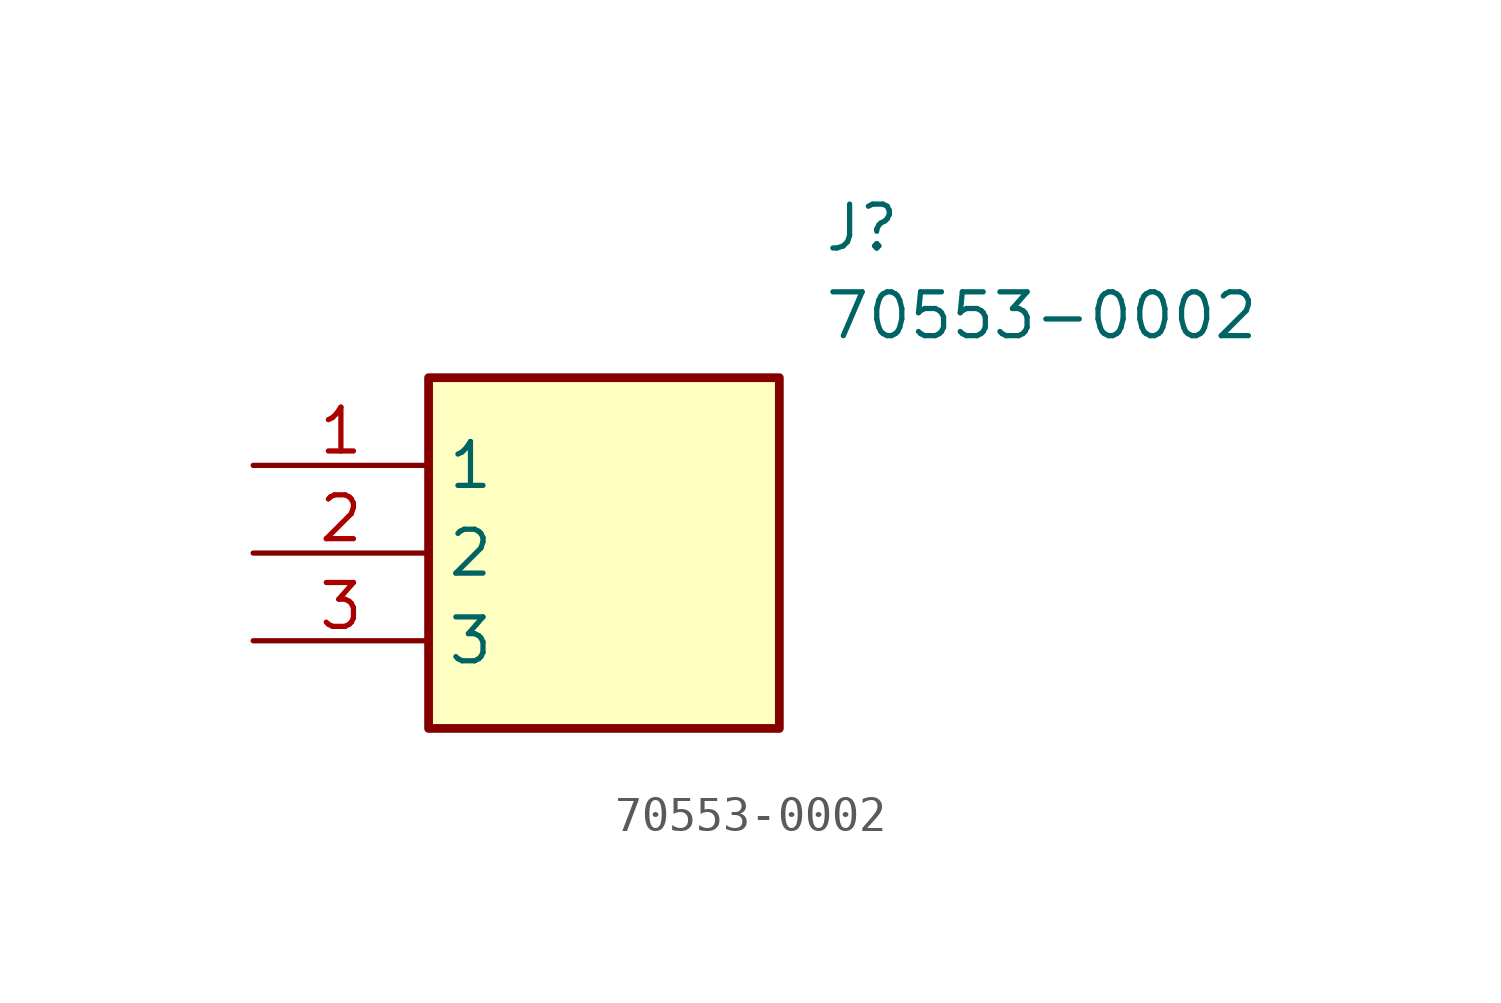
<source format=kicad_sym>
(kicad_symbol_lib
  (version 20211014)
  (generator SamacSys_ECAD_Model)
  (symbol "70553-0002"
    (property "Reference" "J"
      (at 16.51 7.62 0)
      (effects (font (size 1.27 1.27)) (justify left top)))
    (property "Value" "70553-0002"
      (at 16.51 5.08 0)
      (effects (font (size 1.27 1.27)) (justify left top)))
    (rectangle
      (start 5.08 2.54)
      (end 15.24 -7.62)
      (stroke (width 0.254) (type default))
      (fill (type background)))
    (pin passive line
      (at 0 0 0)
      (length 5.08)
      (name "1" (effects (font (size 1.27 1.27))))
      (number "1" (effects (font (size 1.27 1.27)))))
    (pin passive line
      (at 0 -2.54 0)
      (length 5.08)
      (name "2" (effects (font (size 1.27 1.27))))
      (number "2" (effects (font (size 1.27 1.27)))))
    (pin passive line
      (at 0 -5.08 0)
      (length 5.08)
      (name "3" (effects (font (size 1.27 1.27))))
      (number "3" (effects (font (size 1.27 1.27)))))))
</source>
